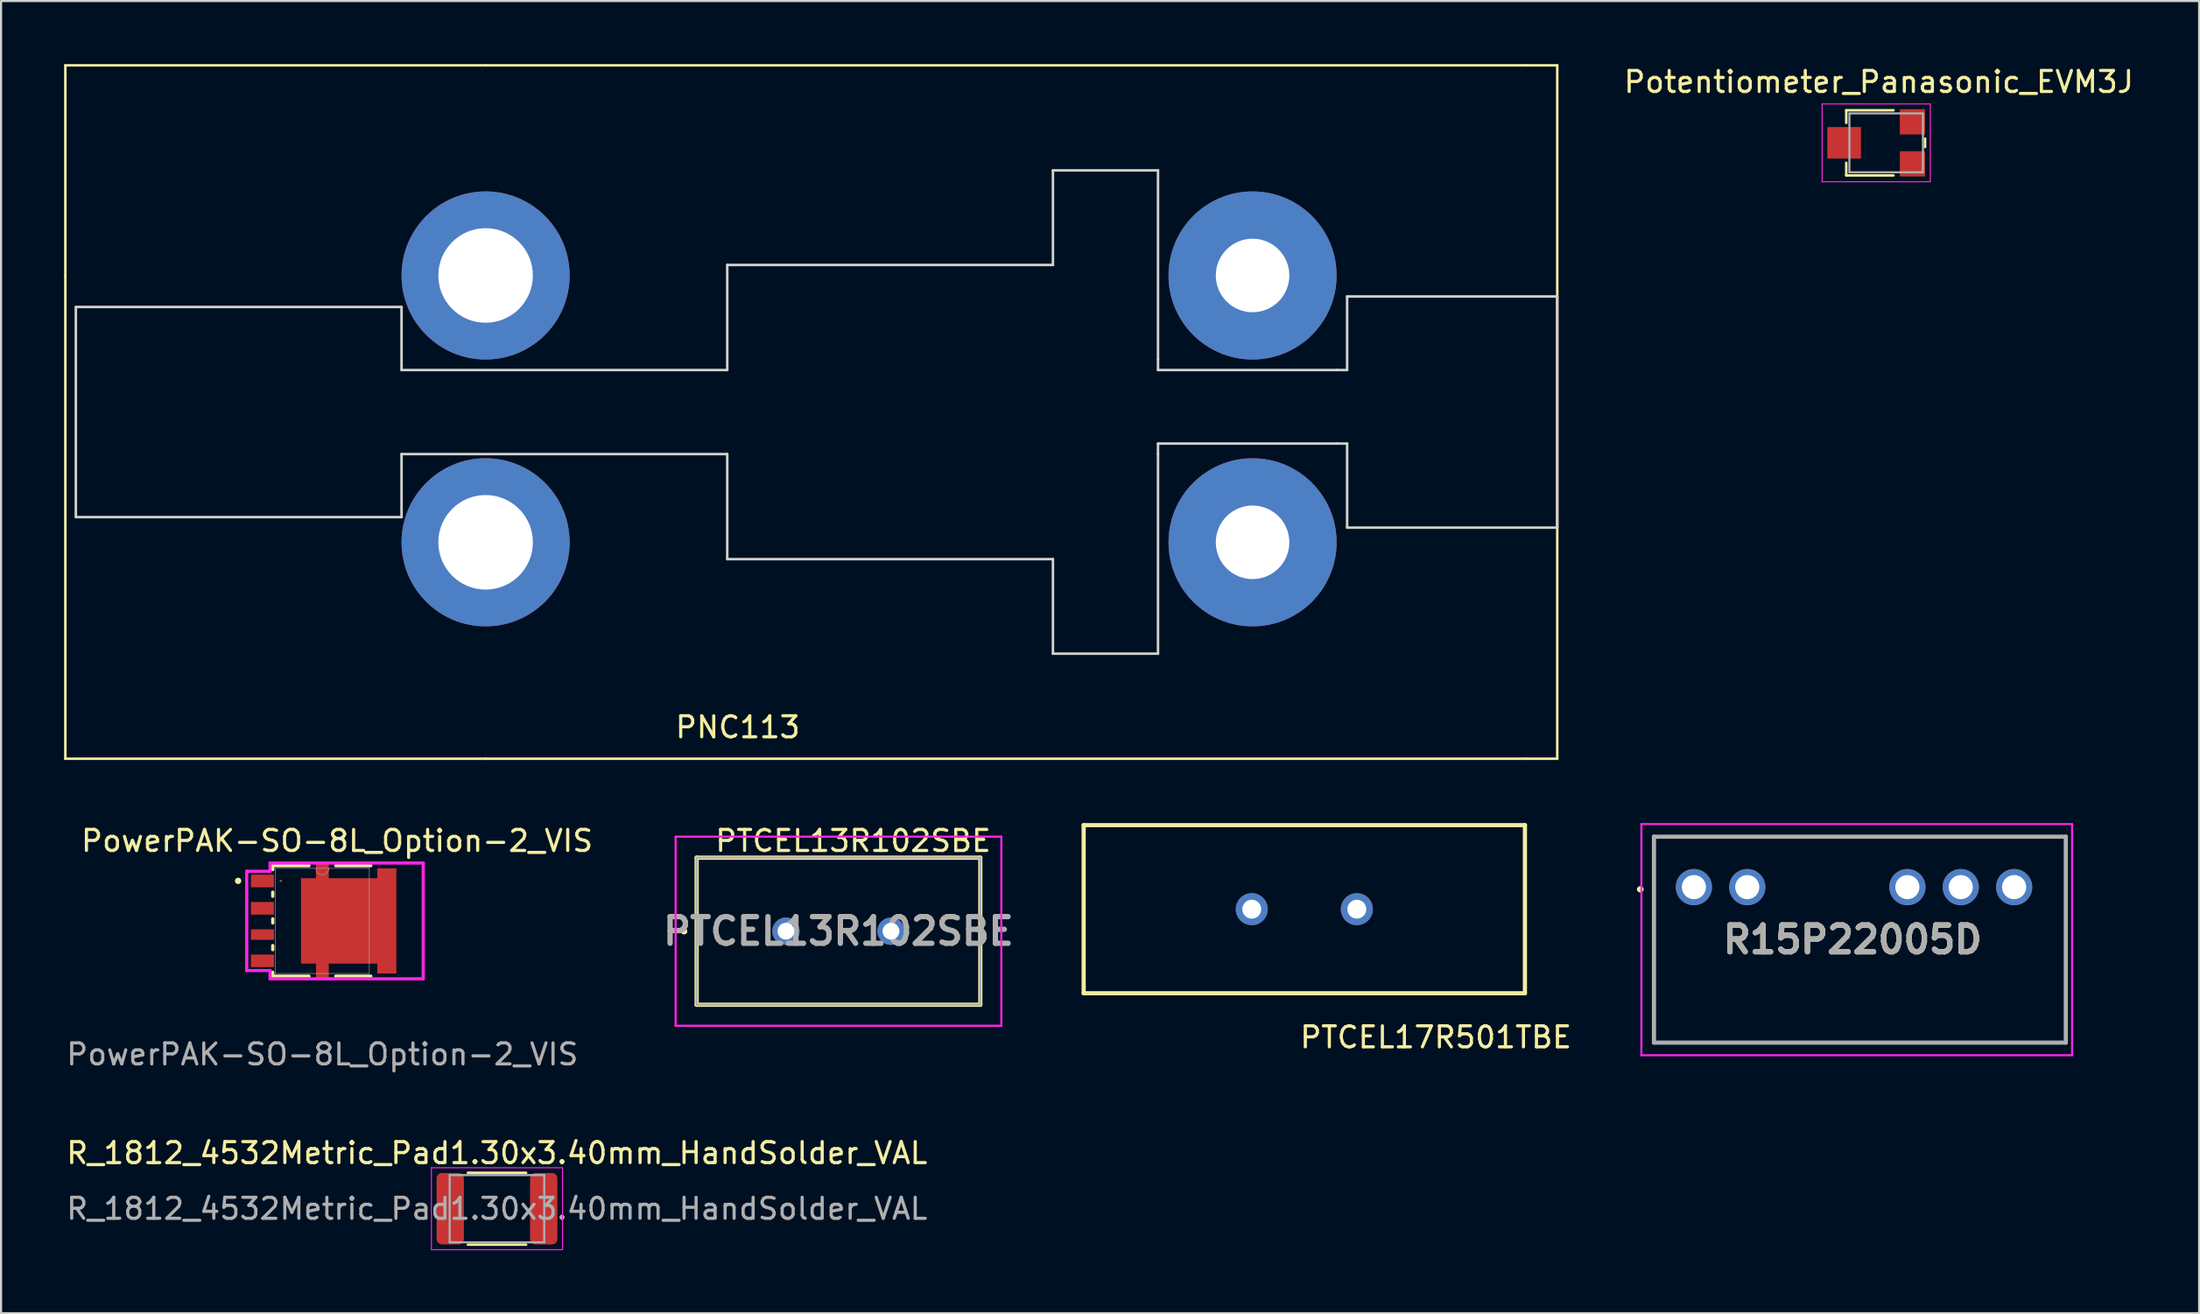
<source format=kicad_pcb>
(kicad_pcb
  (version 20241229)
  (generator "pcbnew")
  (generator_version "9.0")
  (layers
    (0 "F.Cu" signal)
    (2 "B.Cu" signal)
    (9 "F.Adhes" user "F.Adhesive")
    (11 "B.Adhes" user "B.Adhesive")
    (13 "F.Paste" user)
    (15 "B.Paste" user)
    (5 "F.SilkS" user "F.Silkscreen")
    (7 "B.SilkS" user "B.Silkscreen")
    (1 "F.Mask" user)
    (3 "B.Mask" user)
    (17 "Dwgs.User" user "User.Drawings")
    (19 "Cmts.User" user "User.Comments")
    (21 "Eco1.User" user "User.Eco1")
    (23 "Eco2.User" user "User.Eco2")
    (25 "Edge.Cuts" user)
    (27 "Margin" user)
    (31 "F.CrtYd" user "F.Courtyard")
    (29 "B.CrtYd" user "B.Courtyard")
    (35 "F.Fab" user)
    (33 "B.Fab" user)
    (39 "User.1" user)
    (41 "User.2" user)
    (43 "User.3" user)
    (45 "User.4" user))
  (footprint "Potentiometer_Panasonic_EVM3J"
    (layer "F.Cu")
    (at 86.364 3.748)
    (property "Reference" "Potentiometer_Panasonic_EVM3J" (at 0 -2.9 0) (layer "F.SilkS") (effects (font (size 1 1) (thickness 0.15))))
    (attr through_hole)
    (fp_line (start -1.55 -1.55) (end 0.7 -1.55) (stroke (width 0.12) (type solid)) (layer "F.SilkS"))
    (fp_line (start -1.55 -0.95) (end -1.55 -1.55) (stroke (width 0.12) (type solid)) (layer "F.SilkS"))
    (fp_line (start -1.55 1.55) (end -1.55 0.95) (stroke (width 0.12) (type solid)) (layer "F.SilkS"))
    (fp_line (start 0.7 1.55) (end -1.55 1.55) (stroke (width 0.12) (type solid)) (layer "F.SilkS"))
    (fp_line (start 2.2 -0.2) (end 2.2 0.2) (stroke (width 0.12) (type solid)) (layer "F.SilkS"))
    (fp_line (start -2.7 -1.85) (end -2.7 -1.8) (stroke (width 0.05) (type solid)) (layer "F.CrtYd"))
    (fp_line (start -2.7 1.85) (end -2.7 -1.8) (stroke (width 0.05) (type solid)) (layer "F.CrtYd"))
    (fp_line (start 2.2 1.85) (end -2.7 1.85) (stroke (width 0.05) (type solid)) (layer "F.CrtYd"))
    (fp_line (start 2.2 1.85) (end 2.45 1.85) (stroke (width 0.05) (type solid)) (layer "F.CrtYd"))
    (fp_line (start 2.45 -1.85) (end -2.7 -1.85) (stroke (width 0.05) (type solid)) (layer "F.CrtYd"))
    (fp_line (start 2.45 1.85) (end 2.45 -1.85) (stroke (width 0.05) (type solid)) (layer "F.CrtYd"))
    (fp_line (start -1.4 -1.4) (end -1.4 1.4) (stroke (width 0.1) (type solid)) (layer "F.Fab"))
    (fp_line (start -1.4 1.4) (end 2 1.4) (stroke (width 0.1) (type solid)) (layer "F.Fab"))
    (fp_line (start 2 1.4) (end 2.1 1.4) (stroke (width 0.1) (type solid)) (layer "F.Fab"))
    (fp_line (start 2.1 -1.4) (end -1.4 -1.4) (stroke (width 0.1) (type solid)) (layer "F.Fab"))
    (fp_line (start 2.1 1.4) (end 2.1 -1.4) (stroke (width 0.1) (type solid)) (layer "F.Fab"))
    (pad "1" smd rect (at 1.6 -1 90) (size 1.2 1.2) (layers "F.Cu" "F.Mask" "F.Paste"))
    (pad "2" smd rect (at -1.65 0 90) (size 1.5 1.6) (layers "F.Cu" "F.Mask" "F.Paste"))
    (pad "3" smd rect (at 1.6 1 90) (size 1.2 1.2) (layers "F.Cu" "F.Mask" "F.Paste")))
  (footprint "R_1812_4532Metric_Pad1.30x3.40mm_HandSolder_VAL"
    (layer "F.Cu")
    (at 20.601 54.475)
    (property "Reference" "R_1812_4532Metric_Pad1.30x3.40mm_HandSolder_VAL" (at 0 -2.65 0) (layer "F.SilkS") (effects (font (size 1 1) (thickness 0.15))))
    (attr smd)
    (fp_line (start -1.386 -1.71) (end 1.386 -1.71) (stroke (width 0.12) (type solid)) (layer "F.SilkS"))
    (fp_line (start -1.386 1.71) (end 1.386 1.71) (stroke (width 0.12) (type solid)) (layer "F.SilkS"))
    (fp_line (start -3.12 -1.95) (end 3.12 -1.95) (stroke (width 0.05) (type solid)) (layer "F.CrtYd"))
    (fp_line (start -3.12 1.95) (end -3.12 -1.95) (stroke (width 0.05) (type solid)) (layer "F.CrtYd"))
    (fp_line (start 3.12 -1.95) (end 3.12 1.95) (stroke (width 0.05) (type solid)) (layer "F.CrtYd"))
    (fp_line (start 3.12 1.95) (end -3.12 1.95) (stroke (width 0.05) (type solid)) (layer "F.CrtYd"))
    (fp_line (start -2.25 -1.6) (end 2.25 -1.6) (stroke (width 0.1) (type solid)) (layer "F.Fab"))
    (fp_line (start -2.25 1.6) (end -2.25 -1.6) (stroke (width 0.1) (type solid)) (layer "F.Fab"))
    (fp_line (start 2.25 -1.6) (end 2.25 1.6) (stroke (width 0.1) (type solid)) (layer "F.Fab"))
    (fp_line (start 2.25 1.6) (end -2.25 1.6) (stroke (width 0.1) (type solid)) (layer "F.Fab"))
    (fp_text user "${REFERENCE}" (at 0 0 0) (layer "F.Fab") (effects (font (size 1 1) (thickness 0.15))))
    (pad "1" smd roundrect (at -2.225 0) (size 1.3 3.4) (layers "F.Cu" "F.Mask" "F.Paste") (roundrect_rratio 0.192))
    (pad "2" smd roundrect (at 2.225 0) (size 1.3 3.4) (layers "F.Cu" "F.Mask" "F.Paste") (roundrect_rratio 0.192)))
  (footprint "PowerPAK-SO-8L_Option-2_VIS"
    (layer "F.Cu")
    (at 12.292 40.778)
    (property "Reference" "PowerPAK-SO-8L_Option-2_VIS" (at 0.7 -3.81 0) (unlocked yes) (layer "F.SilkS") (effects (font (size 1 1) (thickness 0.15))))
    (attr smd)
    (fp_poly (pts (xy -1.019 -2.032) (xy -0.305 -2.032) (xy -0.305 -2.816) (xy 0.305 -2.816) (xy 0.305 -2.032) (xy 2.613 -2.032) (xy 2.613 -2.502) (xy 3.521 -2.502) (xy 3.521 2.502) (xy 2.613 2.502) (xy 2.613 2.032) (xy 0.305 2.032) (xy 0.305 2.816) (xy -0.305 2.816) (xy -0.305 2.032) (xy -1.019 2.032)) (stroke (width 0) (type solid)) (fill yes) (layer "F.Cu"))
    (fp_poly (pts (xy -1.019 -2.032) (xy -0.305 -2.032) (xy -0.305 -2.816) (xy 0.305 -2.816) (xy 0.305 -2.032) (xy 2.613 -2.032) (xy 2.613 -2.502) (xy 3.521 -2.502) (xy 3.521 2.502) (xy 2.613 2.502) (xy 2.613 2.032) (xy 0.305 2.032) (xy 0.305 2.816) (xy -0.305 2.816) (xy -0.305 2.032) (xy -1.019 2.032)) (stroke (width 0) (type solid)) (fill yes) (layer "F.Mask"))
    (fp_line (start -2.362 -2.629) (end -0.637 -2.629) (stroke (width 0.152) (type solid)) (layer "F.SilkS"))
    (fp_line (start -2.362 -2.441) (end -2.362 -2.629) (stroke (width 0.152) (type solid)) (layer "F.SilkS"))
    (fp_line (start -2.362 -1.171) (end -2.362 -1.369) (stroke (width 0.152) (type solid)) (layer "F.SilkS"))
    (fp_line (start -2.362 0.099) (end -2.362 -0.099) (stroke (width 0.152) (type solid)) (layer "F.SilkS"))
    (fp_line (start -2.362 1.369) (end -2.362 1.171) (stroke (width 0.152) (type solid)) (layer "F.SilkS"))
    (fp_line (start -2.362 2.629) (end -2.362 2.441) (stroke (width 0.152) (type solid)) (layer "F.SilkS"))
    (fp_line (start -0.637 2.629) (end -2.362 2.629) (stroke (width 0.152) (type solid)) (layer "F.SilkS"))
    (fp_line (start 0.637 -2.629) (end 2.306 -2.629) (stroke (width 0.152) (type solid)) (layer "F.SilkS"))
    (fp_line (start 2.306 2.629) (end 0.637 2.629) (stroke (width 0.152) (type solid)) (layer "F.SilkS"))
    (fp_circle (center -4.01 -1.905) (end -3.934 -1.905) (stroke (width 0.152) (type solid)) (fill no) (layer "F.SilkS"))
    (fp_poly (pts (xy -1.019 -2.032) (xy -0.305 -2.032) (xy -0.305 -2.816) (xy 0.305 -2.816) (xy 0.305 -2.032) (xy 2.613 -2.032) (xy 2.613 -2.502) (xy 3.521 -2.502) (xy 3.521 2.502) (xy 2.613 2.502) (xy 2.613 2.032) (xy 0.305 2.032) (xy 0.305 2.816) (xy -0.305 2.816) (xy -0.305 2.032) (xy -1.019 2.032)) (stroke (width 0) (type solid)) (fill yes) (layer "F.Paste"))
    (fp_line (start -3.6 2.362) (end -3.6 -2.362) (stroke (width 0.152) (type solid)) (layer "F.CrtYd"))
    (fp_line (start -3.6 2.362) (end -2.489 2.362) (stroke (width 0.152) (type solid)) (layer "F.CrtYd"))
    (fp_line (start -2.489 -2.756) (end -2.489 -2.362) (stroke (width 0.152) (type solid)) (layer "F.CrtYd"))
    (fp_line (start -2.489 -2.362) (end -3.6 -2.362) (stroke (width 0.152) (type solid)) (layer "F.CrtYd"))
    (fp_line (start -2.489 2.362) (end -2.489 2.756) (stroke (width 0.152) (type solid)) (layer "F.CrtYd"))
    (fp_line (start -2.489 2.756) (end 4.8 2.756) (stroke (width 0.152) (type solid)) (layer "F.CrtYd"))
    (fp_line (start 4.8 -2.756) (end -2.489 -2.756) (stroke (width 0.152) (type solid)) (layer "F.CrtYd"))
    (fp_line (start 4.8 2.756) (end 4.8 -2.756) (stroke (width 0.152) (type solid)) (layer "F.CrtYd"))
    (fp_line (start -2.235 -2.502) (end -2.235 2.502) (stroke (width 0.025) (type solid)) (layer "F.Fab"))
    (fp_line (start -2.235 2.502) (end 2.235 2.502) (stroke (width 0.025) (type solid)) (layer "F.Fab"))
    (fp_line (start 2.235 -2.502) (end -2.235 -2.502) (stroke (width 0.025) (type solid)) (layer "F.Fab"))
    (fp_line (start 2.235 2.502) (end 2.235 -2.502) (stroke (width 0.025) (type solid)) (layer "F.Fab"))
    (fp_arc (start 0.3048 -2.5019) (mid 0 -2.1971) (end -0.3048 -2.5019) (stroke (width 0.0254) (type solid)) (layer "F.Fab"))
    (fp_circle (center -1.981 -1.905) (end -1.943 -1.905) (stroke (width 0.025) (type solid)) (fill no) (layer "F.Fab"))
    (fp_text user "${REFERENCE}" (at 0 6.35 0) (unlocked yes) (layer "F.Fab") (effects (font (size 1 1) (thickness 0.15))))
    (pad "1" smd rect (at -2.854 -1.9) (size 1.091 0.6) (layers "F.Cu" "F.Mask" "F.Paste"))
    (pad "2" smd rect (at -2.854 -0.6) (size 1.091 0.6) (layers "F.Cu" "F.Mask" "F.Paste"))
    (pad "3" smd rect (at -2.85 0.65) (size 1.1 0.5) (layers "F.Cu" "F.Mask" "F.Paste"))
    (pad "4" smd rect (at -2.85 1.9) (size 1.1 0.6) (layers "F.Cu" "F.Mask" "F.Paste"))
    (pad "5" smd rect (at 0.797 0) (size 0.127 0.127) (layers "F.Cu" "F.Mask" "F.Paste")))
  (footprint "PTCEL17R501TBE"
    (layer "F.Cu")
    (at 56.522 40.22)
    (property "Reference" "PTCEL17R501TBE" (at 8.763 6.096 0) (layer "F.SilkS") (effects (font (size 1 1) (thickness 0.15))))
    (attr through_hole)
    (fp_line (start -8 -4) (end -8 4) (stroke (width 0.2) (type solid)) (layer "F.SilkS"))
    (fp_line (start -8 -4) (end 13 -4) (stroke (width 0.2) (type solid)) (layer "F.SilkS"))
    (fp_line (start -8 4) (end 13 4) (stroke (width 0.2) (type solid)) (layer "F.SilkS"))
    (fp_line (start 13 -4) (end 13 4) (stroke (width 0.2) (type solid)) (layer "F.SilkS"))
    (pad "1" thru_hole circle (at 0 0) (size 1.524 1.524) (drill 0.9) (layers "*.Cu" "*.Mask"))
    (pad "2" thru_hole circle (at 5 0) (size 1.524 1.524) (drill 0.9) (layers "*.Cu" "*.Mask")))
  (footprint "R15P22005D"
    (layer "F.Cu")
    (at 77.563 39.17)
    (property "Reference" "R15P22005D" (at 7.55 2.5 0) (layer "F.SilkS") (effects (font (size 1.27 1.27) (thickness 0.254))))
    (attr through_hole)
    (fp_line (start -2.6 0.1) (end -2.6 0.1) (stroke (width 0.2) (type solid)) (layer "F.SilkS"))
    (fp_line (start -2.6 0.1) (end -2.6 0.1) (stroke (width 0.2) (type solid)) (layer "F.SilkS"))
    (fp_line (start -2.5 0.1) (end -2.5 0.1) (stroke (width 0.2) (type solid)) (layer "F.SilkS"))
    (fp_line (start -1.9 -2.4) (end 17.7 -2.4) (stroke (width 0.1) (type solid)) (layer "F.SilkS"))
    (fp_line (start -1.9 7.4) (end -1.9 -2.4) (stroke (width 0.1) (type solid)) (layer "F.SilkS"))
    (fp_line (start 17.7 -2.4) (end 17.7 7.4) (stroke (width 0.1) (type solid)) (layer "F.SilkS"))
    (fp_line (start 17.7 7.4) (end -1.9 7.4) (stroke (width 0.1) (type solid)) (layer "F.SilkS"))
    (fp_arc (start -2.6 0.1) (mid -2.55 0.05) (end -2.5 0.1) (stroke (width 0.2) (type solid)) (layer "F.SilkS"))
    (fp_arc (start -2.5 0.1) (mid -2.55 0.15) (end -2.6 0.1) (stroke (width 0.2) (type solid)) (layer "F.SilkS"))
    (fp_arc (start -2.5 0.1) (mid -2.55 0.15) (end -2.6 0.1) (stroke (width 0.2) (type solid)) (layer "F.SilkS"))
    (fp_line (start -2.5 -3) (end 18 -3) (stroke (width 0.1) (type solid)) (layer "F.CrtYd"))
    (fp_line (start -2.5 8) (end -2.5 -3) (stroke (width 0.1) (type solid)) (layer "F.CrtYd"))
    (fp_line (start 18 -3) (end 18 8) (stroke (width 0.1) (type solid)) (layer "F.CrtYd"))
    (fp_line (start 18 8) (end -2.5 8) (stroke (width 0.1) (type solid)) (layer "F.CrtYd"))
    (fp_line (start -1.9 -2.4) (end -1.9 7.4) (stroke (width 0.2) (type solid)) (layer "F.Fab"))
    (fp_line (start -1.9 7.4) (end 17.7 7.4) (stroke (width 0.2) (type solid)) (layer "F.Fab"))
    (fp_line (start 17.7 -2.4) (end -1.9 -2.4) (stroke (width 0.2) (type solid)) (layer "F.Fab"))
    (fp_line (start 17.7 7.4) (end 17.7 -2.4) (stroke (width 0.2) (type solid)) (layer "F.Fab"))
    (fp_text user "${REFERENCE}" (at 7.55 2.5 0) (layer "F.Fab") (effects (font (size 1.27 1.27) (thickness 0.254))))
    (pad "1" thru_hole circle (at 0 0) (size 1.725 1.725) (drill 1.15) (layers "*.Cu" "*.Mask"))
    (pad "2" thru_hole circle (at 2.54 0) (size 1.725 1.725) (drill 1.15) (layers "*.Cu" "*.Mask"))
    (pad "5" thru_hole circle (at 10.16 0) (size 1.725 1.725) (drill 1.15) (layers "*.Cu" "*.Mask"))
    (pad "6" thru_hole circle (at 12.7 0) (size 1.725 1.725) (drill 1.15) (layers "*.Cu" "*.Mask"))
    (pad "7" thru_hole circle (at 15.24 0) (size 1.725 1.725) (drill 1.15) (layers "*.Cu" "*.Mask")))
  (footprint "PTCEL13R102SBE"
    (layer "F.Cu")
    (at 34.353 41.268)
    (property "Reference" "PTCEL13R102SBE" (at 3.2 -4.3 0) (layer "F.SilkS") (effects (font (size 1 1) (thickness 0.15))))
    (attr through_hole)
    (fp_line (start -4.9 0) (end -4.9 0) (stroke (width 0.2) (type solid)) (layer "F.SilkS"))
    (fp_line (start -4.9 0) (end -4.9 0) (stroke (width 0.2) (type solid)) (layer "F.SilkS"))
    (fp_line (start -4.8 0) (end -4.8 0) (stroke (width 0.2) (type solid)) (layer "F.SilkS"))
    (fp_line (start -4.25 -3.5) (end -4.25 3.5) (stroke (width 0.2) (type solid)) (layer "F.SilkS"))
    (fp_line (start -4.25 3.5) (end 9.25 3.5) (stroke (width 0.2) (type solid)) (layer "F.SilkS"))
    (fp_line (start 9.25 -3.5) (end -4.25 -3.5) (stroke (width 0.2) (type solid)) (layer "F.SilkS"))
    (fp_line (start 9.25 3.5) (end 9.25 -3.5) (stroke (width 0.2) (type solid)) (layer "F.SilkS"))
    (fp_arc (start -4.9 0) (mid -4.85 -0.05) (end -4.8 0) (stroke (width 0.2) (type solid)) (layer "F.SilkS"))
    (fp_arc (start -4.8 0) (mid -4.85 0.05) (end -4.9 0) (stroke (width 0.2) (type solid)) (layer "F.SilkS"))
    (fp_arc (start -4.8 0) (mid -4.85 0.05) (end -4.9 0) (stroke (width 0.2) (type solid)) (layer "F.SilkS"))
    (fp_line (start -5.25 -4.5) (end 10.25 -4.5) (stroke (width 0.1) (type solid)) (layer "F.CrtYd"))
    (fp_line (start -5.25 4.5) (end -5.25 -4.5) (stroke (width 0.1) (type solid)) (layer "F.CrtYd"))
    (fp_line (start 10.25 -4.5) (end 10.25 4.5) (stroke (width 0.1) (type solid)) (layer "F.CrtYd"))
    (fp_line (start 10.25 4.5) (end -5.25 4.5) (stroke (width 0.1) (type solid)) (layer "F.CrtYd"))
    (fp_line (start -4.25 -3.5) (end -4.25 3.5) (stroke (width 0.1) (type solid)) (layer "F.Fab"))
    (fp_line (start -4.25 3.5) (end 9.25 3.5) (stroke (width 0.1) (type solid)) (layer "F.Fab"))
    (fp_line (start 9.25 -3.5) (end -4.25 -3.5) (stroke (width 0.1) (type solid)) (layer "F.Fab"))
    (fp_line (start 9.25 3.5) (end 9.25 -3.5) (stroke (width 0.1) (type solid)) (layer "F.Fab"))
    (fp_text user "${REFERENCE}" (at 2.5 0 0) (layer "F.Fab") (effects (font (size 1.27 1.27) (thickness 0.254))))
    (pad "1" thru_hole circle (at 0 0) (size 1.3 1.3) (drill 0.8) (layers "*.Cu" "*.Mask"))
    (pad "2" thru_hole circle (at 5 0) (size 1.3 1.3) (drill 0.8) (layers "*.Cu" "*.Mask")))
  (footprint "PNC113"
    (layer "F.Cu")
    (at 24.06 16.06)
    (property "Reference" "PNC113" (at 8 15.5 0) (layer "F.SilkS") (effects (font (size 1 1) (thickness 0.15))))
    (attr through_hole)
    (fp_line (start -24 -16) (end -4 -16) (stroke (width 0.12) (type solid)) (layer "F.SilkS"))
    (fp_line (start -24 -6) (end -24 -16) (stroke (width 0.12) (type solid)) (layer "F.SilkS"))
    (fp_line (start -24 17) (end -24 -6) (stroke (width 0.12) (type solid)) (layer "F.SilkS"))
    (fp_line (start -4 17) (end -24 17) (stroke (width 0.12) (type solid)) (layer "F.SilkS"))
    (fp_line (start 45.5 -16) (end -4 -16) (stroke (width 0.12) (type solid)) (layer "F.SilkS"))
    (fp_line (start 45.5 -16) (end 47 -16) (stroke (width 0.12) (type solid)) (layer "F.SilkS"))
    (fp_line (start 45.5 17) (end -4 17) (stroke (width 0.12) (type solid)) (layer "F.SilkS"))
    (fp_line (start 47 -16) (end 47 17) (stroke (width 0.12) (type solid)) (layer "F.SilkS"))
    (fp_line (start 47 17) (end 45.5 17) (stroke (width 0.12) (type solid)) (layer "F.SilkS"))
    (fp_line (start -23.5 -4.5) (end -23.5 5.5) (stroke (width 0.12) (type solid)) (layer "Edge.Cuts"))
    (fp_line (start -23.5 5.5) (end -8 5.5) (stroke (width 0.12) (type solid)) (layer "Edge.Cuts"))
    (fp_line (start -8 -4.5) (end -23.5 -4.5) (stroke (width 0.12) (type solid)) (layer "Edge.Cuts"))
    (fp_line (start -8 -4.5) (end -8 -1.5) (stroke (width 0.12) (type solid)) (layer "Edge.Cuts"))
    (fp_line (start -8 5.5) (end -8 2.5) (stroke (width 0.12) (type solid)) (layer "Edge.Cuts"))
    (fp_line (start 7.5 -6.5) (end 7.5 -1.5) (stroke (width 0.12) (type solid)) (layer "Edge.Cuts"))
    (fp_line (start 7.5 -1.5) (end -8 -1.5) (stroke (width 0.12) (type solid)) (layer "Edge.Cuts"))
    (fp_line (start 7.5 2.5) (end -8 2.5) (stroke (width 0.12) (type solid)) (layer "Edge.Cuts"))
    (fp_line (start 7.5 7.5) (end 7.5 2.5) (stroke (width 0.12) (type solid)) (layer "Edge.Cuts"))
    (fp_line (start 23 -11) (end 23 -6.5) (stroke (width 0.12) (type solid)) (layer "Edge.Cuts"))
    (fp_line (start 23 -6.5) (end 7.5 -6.5) (stroke (width 0.12) (type solid)) (layer "Edge.Cuts"))
    (fp_line (start 23 7.5) (end 7.5 7.5) (stroke (width 0.12) (type solid)) (layer "Edge.Cuts"))
    (fp_line (start 23 12) (end 23 7.5) (stroke (width 0.12) (type solid)) (layer "Edge.Cuts"))
    (fp_line (start 28 -11) (end 23 -11) (stroke (width 0.12) (type solid)) (layer "Edge.Cuts"))
    (fp_line (start 28 -2) (end 28 -11) (stroke (width 0.12) (type solid)) (layer "Edge.Cuts"))
    (fp_line (start 28 -1.5) (end 28 -2) (stroke (width 0.12) (type solid)) (layer "Edge.Cuts"))
    (fp_line (start 28 2) (end 36.5 2) (stroke (width 0.12) (type solid)) (layer "Edge.Cuts"))
    (fp_line (start 28 2.5) (end 28 2) (stroke (width 0.12) (type solid)) (layer "Edge.Cuts"))
    (fp_line (start 28 2.5) (end 28 12) (stroke (width 0.12) (type solid)) (layer "Edge.Cuts"))
    (fp_line (start 28 12) (end 23 12) (stroke (width 0.12) (type solid)) (layer "Edge.Cuts"))
    (fp_line (start 36.5 -1.5) (end 28 -1.5) (stroke (width 0.12) (type solid)) (layer "Edge.Cuts"))
    (fp_line (start 37 -5) (end 37 -1.5) (stroke (width 0.12) (type solid)) (layer "Edge.Cuts"))
    (fp_line (start 37 -1.5) (end 36.5 -1.5) (stroke (width 0.12) (type solid)) (layer "Edge.Cuts"))
    (fp_line (start 37 2) (end 36.5 2) (stroke (width 0.12) (type solid)) (layer "Edge.Cuts"))
    (fp_line (start 37 6) (end 37 2) (stroke (width 0.12) (type solid)) (layer "Edge.Cuts"))
    (fp_line (start 37.5 -5) (end 37 -5) (stroke (width 0.12) (type solid)) (layer "Edge.Cuts"))
    (fp_line (start 47 -5) (end 37.5 -5) (stroke (width 0.12) (type solid)) (layer "Edge.Cuts"))
    (fp_line (start 47 -5) (end 47 6) (stroke (width 0.12) (type solid)) (layer "Edge.Cuts"))
    (fp_line (start 47 6) (end 37 6) (stroke (width 0.12) (type solid)) (layer "Edge.Cuts"))
    (pad "1" thru_hole circle (at 32.5 6.7) (size 8 8) (drill 3.5) (layers "*.Cu" "*.Mask"))
    (pad "2" thru_hole circle (at 32.5 -6) (size 8 8) (drill 3.5) (layers "*.Cu" "*.Mask"))
    (pad "3" thru_hole circle (at -4 -6) (size 8 8) (drill 4.5) (layers "*.Cu" "*.Mask"))
    (pad "4" thru_hole circle (at -4 6.7) (size 8 8) (drill 4.5) (layers "*.Cu" "*.Mask")))
  (gr_rect
    (start -3 -3)
    (end 101.608 59.45)
    (stroke (width 0.1) (type default))
    (fill no)
    (layer "Edge.Cuts")))
</source>
